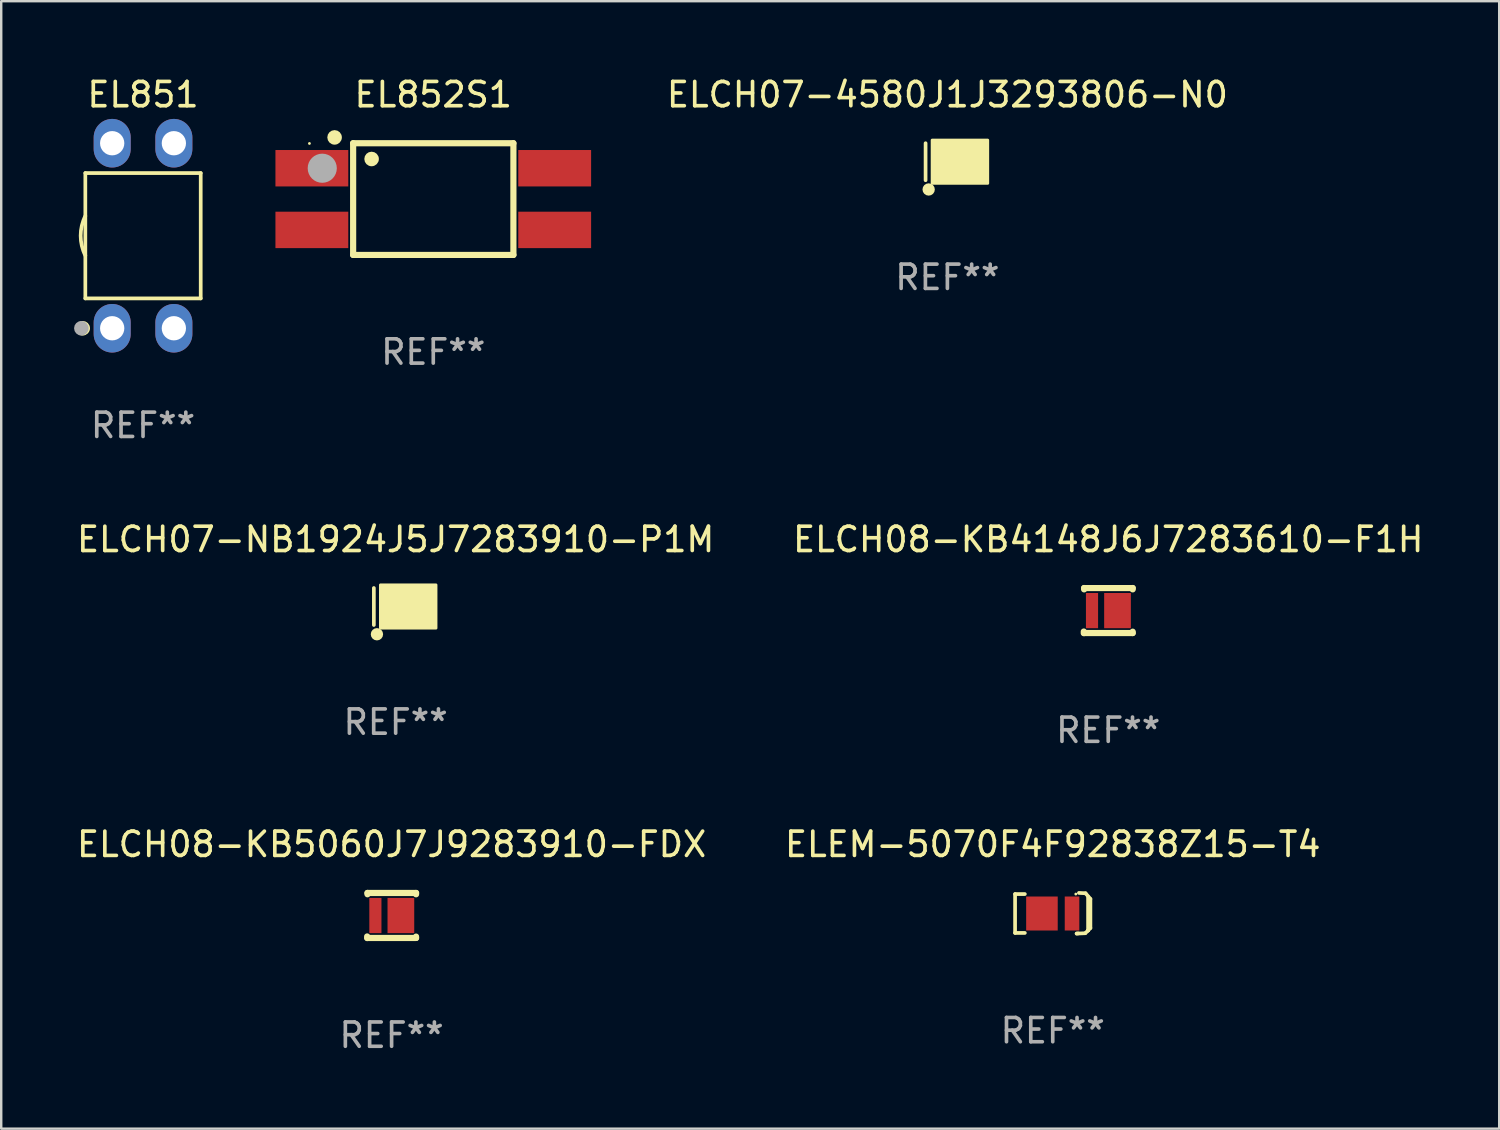
<source format=kicad_pcb>
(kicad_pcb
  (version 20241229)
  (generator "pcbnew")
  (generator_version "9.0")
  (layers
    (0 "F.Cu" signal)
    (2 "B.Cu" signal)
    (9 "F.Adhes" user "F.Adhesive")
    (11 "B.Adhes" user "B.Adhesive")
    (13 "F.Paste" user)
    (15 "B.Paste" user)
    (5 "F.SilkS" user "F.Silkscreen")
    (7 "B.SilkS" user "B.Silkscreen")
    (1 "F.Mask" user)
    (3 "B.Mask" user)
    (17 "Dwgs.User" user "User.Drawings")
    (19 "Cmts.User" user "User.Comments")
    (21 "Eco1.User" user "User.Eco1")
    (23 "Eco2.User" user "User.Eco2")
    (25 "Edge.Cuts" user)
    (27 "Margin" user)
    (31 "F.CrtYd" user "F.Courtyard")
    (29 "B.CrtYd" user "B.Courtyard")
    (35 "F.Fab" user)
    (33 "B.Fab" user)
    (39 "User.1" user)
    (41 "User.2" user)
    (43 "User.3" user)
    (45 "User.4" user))
  (footprint "ELCH08-KB4148J6J7283610-F1H"
    (layer "F.Cu")
    (at 42.589 22.095)
    (property "Reference" "ELCH08-KB4148J6J7283610-F1H" (at 0 -2.93 0) (layer "F.SilkS") (effects (font (size 1 1) (thickness 0.15))))
    (attr through_hole)
    (fp_line (start -1.007 0.863) (end -1.007 0.93) (stroke (width 0.254) (type solid)) (layer "F.SilkS"))
    (fp_line (start -0.993 -0.93) (end -0.993 -0.874) (stroke (width 0.254) (type solid)) (layer "F.SilkS"))
    (fp_line (start -0.993 -0.928) (end 1.007 -0.928) (stroke (width 0.254) (type solid)) (layer "F.SilkS"))
    (fp_line (start -0.993 0.925) (end 1.007 0.925) (stroke (width 0.254) (type solid)) (layer "F.SilkS"))
    (fp_line (start 1.007 -0.93) (end 1.007 -0.874) (stroke (width 0.254) (type solid)) (layer "F.SilkS"))
    (fp_line (start 1.007 0.869) (end 1.007 0.925) (stroke (width 0.254) (type solid)) (layer "F.SilkS"))
    (fp_circle (center -0.998 0.821) (end -0.968 0.821) (stroke (width 0.06) (type solid)) (fill no) (layer "F.SilkS"))
    (fp_text user "REF**" (at 0 4.93 0) (layer "F.Fab") (effects (font (size 1 1) (thickness 0.15))))
    (pad "1" smd rect (at -0.668 0.001) (size 0.5 1.45) (layers "F.Cu" "F.Mask" "F.Paste"))
    (pad "2" smd rect (at 0.382 0.001) (size 1.1 1.45) (layers "F.Cu" "F.Mask" "F.Paste")))
  (footprint "EL851"
    (layer "F.Cu")
    (at 2.84 6.658)
    (property "Reference" "EL851" (at 0 -5.81 0) (layer "F.SilkS") (effects (font (size 1 1) (thickness 0.15))))
    (attr through_hole)
    (fp_line (start -2.376 -2.581) (end 2.376 -2.581) (stroke (width 0.152) (type solid)) (layer "F.SilkS"))
    (fp_line (start -2.376 2.581) (end -2.376 -2.581) (stroke (width 0.152) (type solid)) (layer "F.SilkS"))
    (fp_line (start 2.376 -2.581) (end 2.376 2.581) (stroke (width 0.152) (type solid)) (layer "F.SilkS"))
    (fp_line (start 2.376 2.581) (end -2.376 2.581) (stroke (width 0.152) (type solid)) (layer "F.SilkS"))
    (fp_arc (start -2.3762 0.812496) (mid -2.568004 0) (end -2.3762 -0.812497) (stroke (width 0.1524) (type solid)) (layer "F.SilkS"))
    (fp_circle (center -2.484 3.81) (end -2.334 3.81) (stroke (width 0.3) (type solid)) (fill no) (layer "F.SilkS"))
    (fp_circle (center -2.3 3.935) (end -2.27 3.935) (stroke (width 0.06) (type solid)) (fill no) (layer "F.SilkS"))
    (fp_circle (center -2.54 3.81) (end -2.39 3.81) (stroke (width 0.3) (type solid)) (fill no) (layer "F.Fab"))
    (fp_text user "REF**" (at 0 7.81 0) (layer "F.Fab") (effects (font (size 1 1) (thickness 0.15))))
    (pad "1" thru_hole oval (at -1.27 3.81) (size 1.524 2) (drill 1) (layers "*.Cu" "*.Mask"))
    (pad "2" thru_hole oval (at 1.27 3.81) (size 1.524 2) (drill 1) (layers "*.Cu" "*.Mask"))
    (pad "3" thru_hole oval (at 1.27 -3.81) (size 1.524 2) (drill 1) (layers "*.Cu" "*.Mask"))
    (pad "4" thru_hole oval (at -1.27 -3.81) (size 1.524 2) (drill 1) (layers "*.Cu" "*.Mask")))
  (footprint "ELCH07-NB1924J5J7283910-P1M"
    (layer "F.Cu")
    (at 13.244 21.927)
    (property "Reference" "ELCH07-NB1924J5J7283910-P1M" (at 0 -2.762 0) (layer "F.SilkS") (effects (font (size 1 1) (thickness 0.15))))
    (attr through_hole)
    (fp_line (start -0.898 -0.762) (end -0.898 0.762) (stroke (width 0.152) (type solid)) (layer "F.SilkS"))
    (fp_circle (center -0.771 1.143) (end -0.644 1.143) (stroke (width 0.254) (type solid)) (fill no) (layer "F.SilkS"))
    (fp_circle (center -0.503 0.82) (end -0.473 0.82) (stroke (width 0.06) (type solid)) (fill no) (layer "F.SilkS"))
    (fp_poly (pts (xy -0.626 -0.889) (xy 1.66 -0.889) (xy 1.66 0.889) (xy -0.626 0.889)) (stroke (width 0.12) (type solid)) (fill yes) (layer "F.SilkS"))
    (fp_text user "REF**" (at 0 4.762 0) (layer "F.Fab") (effects (font (size 1 1) (thickness 0.15))))
    (pad "1" smd rect (at -0.153 0) (size 0.525 1.5) (layers "F.Cu" "F.Mask" "F.Paste"))
    (pad "2" smd rect (at 0.898 0) (size 1.15 1.5) (layers "F.Cu" "F.Mask" "F.Paste")))
  (footprint "ELCH07-4580J1J3293806-N0"
    (layer "F.Cu")
    (at 35.965 3.61)
    (property "Reference" "ELCH07-4580J1J3293806-N0" (at 0 -2.762 0) (layer "F.SilkS") (effects (font (size 1 1) (thickness 0.15))))
    (attr through_hole)
    (fp_line (start -0.898 -0.762) (end -0.898 0.762) (stroke (width 0.152) (type solid)) (layer "F.SilkS"))
    (fp_circle (center -0.771 1.143) (end -0.644 1.143) (stroke (width 0.254) (type solid)) (fill no) (layer "F.SilkS"))
    (fp_circle (center -0.503 0.82) (end -0.473 0.82) (stroke (width 0.06) (type solid)) (fill no) (layer "F.SilkS"))
    (fp_poly (pts (xy -0.626 -0.889) (xy 1.66 -0.889) (xy 1.66 0.889) (xy -0.626 0.889)) (stroke (width 0.12) (type solid)) (fill yes) (layer "F.SilkS"))
    (fp_text user "REF**" (at 0 4.762 0) (layer "F.Fab") (effects (font (size 1 1) (thickness 0.15))))
    (pad "1" smd rect (at -0.153 0) (size 0.525 1.5) (layers "F.Cu" "F.Mask" "F.Paste"))
    (pad "2" smd rect (at 0.898 0) (size 1.15 1.5) (layers "F.Cu" "F.Mask" "F.Paste")))
  (footprint "EL852S1"
    (layer "F.Cu")
    (at 14.793 5.148)
    (property "Reference" "EL852S1" (at 0 -4.3 0) (layer "F.SilkS") (effects (font (size 1 1) (thickness 0.15))))
    (attr through_hole)
    (fp_line (start -3.3 -2.3) (end 3.3 -2.3) (stroke (width 0.254) (type solid)) (layer "F.SilkS"))
    (fp_line (start -3.3 2.3) (end -3.3 -2.3) (stroke (width 0.254) (type solid)) (layer "F.SilkS"))
    (fp_line (start 3.3 -2.3) (end 3.3 2.3) (stroke (width 0.254) (type solid)) (layer "F.SilkS"))
    (fp_line (start 3.3 2.3) (end -3.3 2.3) (stroke (width 0.254) (type solid)) (layer "F.SilkS"))
    (fp_circle (center -5.1 -2.29) (end -5.07 -2.29) (stroke (width 0.06) (type solid)) (fill no) (layer "F.SilkS"))
    (fp_circle (center -4.064 -2.54) (end -3.914 -2.54) (stroke (width 0.3) (type solid)) (fill no) (layer "F.SilkS"))
    (fp_circle (center -2.54 -1.651) (end -2.39 -1.651) (stroke (width 0.3) (type solid)) (fill no) (layer "F.SilkS"))
    (fp_circle (center -4.572 -1.27) (end -4.272 -1.27) (stroke (width 0.6) (type solid)) (fill no) (layer "F.Fab"))
    (fp_text user "REF**" (at 0 6.3 0) (layer "F.Fab") (effects (font (size 1 1) (thickness 0.15))))
    (pad "1" smd rect (at -5 -1.27 90) (size 1.5 3) (layers "F.Cu" "F.Mask" "F.Paste"))
    (pad "2" smd rect (at -5 1.27 90) (size 1.5 3) (layers "F.Cu" "F.Mask" "F.Paste"))
    (pad "3" smd rect (at 5 1.27 90) (size 1.5 3) (layers "F.Cu" "F.Mask" "F.Paste"))
    (pad "4" smd rect (at 5 -1.27 90) (size 1.5 3) (layers "F.Cu" "F.Mask" "F.Paste")))
  (footprint "ELCH08-KB5060J7J9283910-FDX"
    (layer "F.Cu")
    (at 13.077 34.652)
    (property "Reference" "ELCH08-KB5060J7J9283910-FDX" (at 0 -2.93 0) (layer "F.SilkS") (effects (font (size 1 1) (thickness 0.15))))
    (attr through_hole)
    (fp_line (start -1.007 0.863) (end -1.007 0.93) (stroke (width 0.254) (type solid)) (layer "F.SilkS"))
    (fp_line (start -0.993 -0.93) (end -0.993 -0.874) (stroke (width 0.254) (type solid)) (layer "F.SilkS"))
    (fp_line (start -0.993 -0.928) (end 1.007 -0.928) (stroke (width 0.254) (type solid)) (layer "F.SilkS"))
    (fp_line (start -0.993 0.925) (end 1.007 0.925) (stroke (width 0.254) (type solid)) (layer "F.SilkS"))
    (fp_line (start 1.007 -0.93) (end 1.007 -0.874) (stroke (width 0.254) (type solid)) (layer "F.SilkS"))
    (fp_line (start 1.007 0.869) (end 1.007 0.925) (stroke (width 0.254) (type solid)) (layer "F.SilkS"))
    (fp_circle (center -0.998 0.821) (end -0.968 0.821) (stroke (width 0.06) (type solid)) (fill no) (layer "F.SilkS"))
    (fp_text user "REF**" (at 0 4.93 0) (layer "F.Fab") (effects (font (size 1 1) (thickness 0.15))))
    (pad "1" smd rect (at -0.668 0.001) (size 0.5 1.45) (layers "F.Cu" "F.Mask" "F.Paste"))
    (pad "2" smd rect (at 0.382 0.001) (size 1.1 1.45) (layers "F.Cu" "F.Mask" "F.Paste")))
  (footprint "ELEM-5070F4F92838Z15-T4"
    (layer "F.Cu")
    (at 40.304 34.559)
    (property "Reference" "ELEM-5070F4F92838Z15-T4" (at 0 -2.837 0) (layer "F.SilkS") (effects (font (size 1 1) (thickness 0.15))))
    (attr through_hole)
    (fp_line (start -1.551 -0.79) (end -1.551 0.811) (stroke (width 0.152) (type solid)) (layer "F.SilkS"))
    (fp_line (start -1.551 0.811) (end -1.149 0.811) (stroke (width 0.152) (type solid)) (layer "F.SilkS"))
    (fp_line (start -1.149 -0.79) (end -1.551 -0.79) (stroke (width 0.152) (type solid)) (layer "F.SilkS"))
    (fp_line (start 0.984 0.837) (end 1.34 0.823) (stroke (width 0.152) (type solid)) (layer "F.SilkS"))
    (fp_line (start 1.05 0.831) (end 0.984 0.837) (stroke (width 0.152) (type solid)) (layer "F.SilkS"))
    (fp_line (start 1.078 -0.837) (end 1.35 -0.823) (stroke (width 0.152) (type solid)) (layer "F.SilkS"))
    (fp_line (start 1.35 -0.823) (end 1.551 -0.589) (stroke (width 0.152) (type solid)) (layer "F.SilkS"))
    (fp_line (start 1.452 0.712) (end 1.35 0.811) (stroke (width 0.152) (type solid)) (layer "F.SilkS"))
    (fp_line (start 1.455 -0.684) (end 1.455 0.708) (stroke (width 0.152) (type solid)) (layer "F.SilkS"))
    (fp_line (start 1.455 0.708) (end 1.452 0.712) (stroke (width 0.152) (type solid)) (layer "F.SilkS"))
    (fp_line (start 1.551 -0.589) (end 1.551 0.61) (stroke (width 0.152) (type solid)) (layer "F.SilkS"))
    (fp_line (start 1.551 0.61) (end 1.452 0.712) (stroke (width 0.152) (type solid)) (layer "F.SilkS"))
    (fp_circle (center 0.95 -0.79) (end 0.98 -0.79) (stroke (width 0.06) (type solid)) (fill no) (layer "F.SilkS"))
    (fp_text user "REF**" (at 0 4.837 0) (layer "F.Fab") (effects (font (size 1 1) (thickness 0.15))))
    (pad "1" smd rect (at 0.794 0.011) (size 0.6 1.4) (layers "F.Cu" "F.Mask" "F.Paste"))
    (pad "2" smd rect (at -0.445 0.011) (size 1.3 1.4) (layers "F.Cu" "F.Mask" "F.Paste")))
  (gr_rect
    (start -3 -3)
    (end 58.69 43.43)
    (stroke (width 0.1) (type default))
    (fill no)
    (layer "Edge.Cuts")))
</source>
